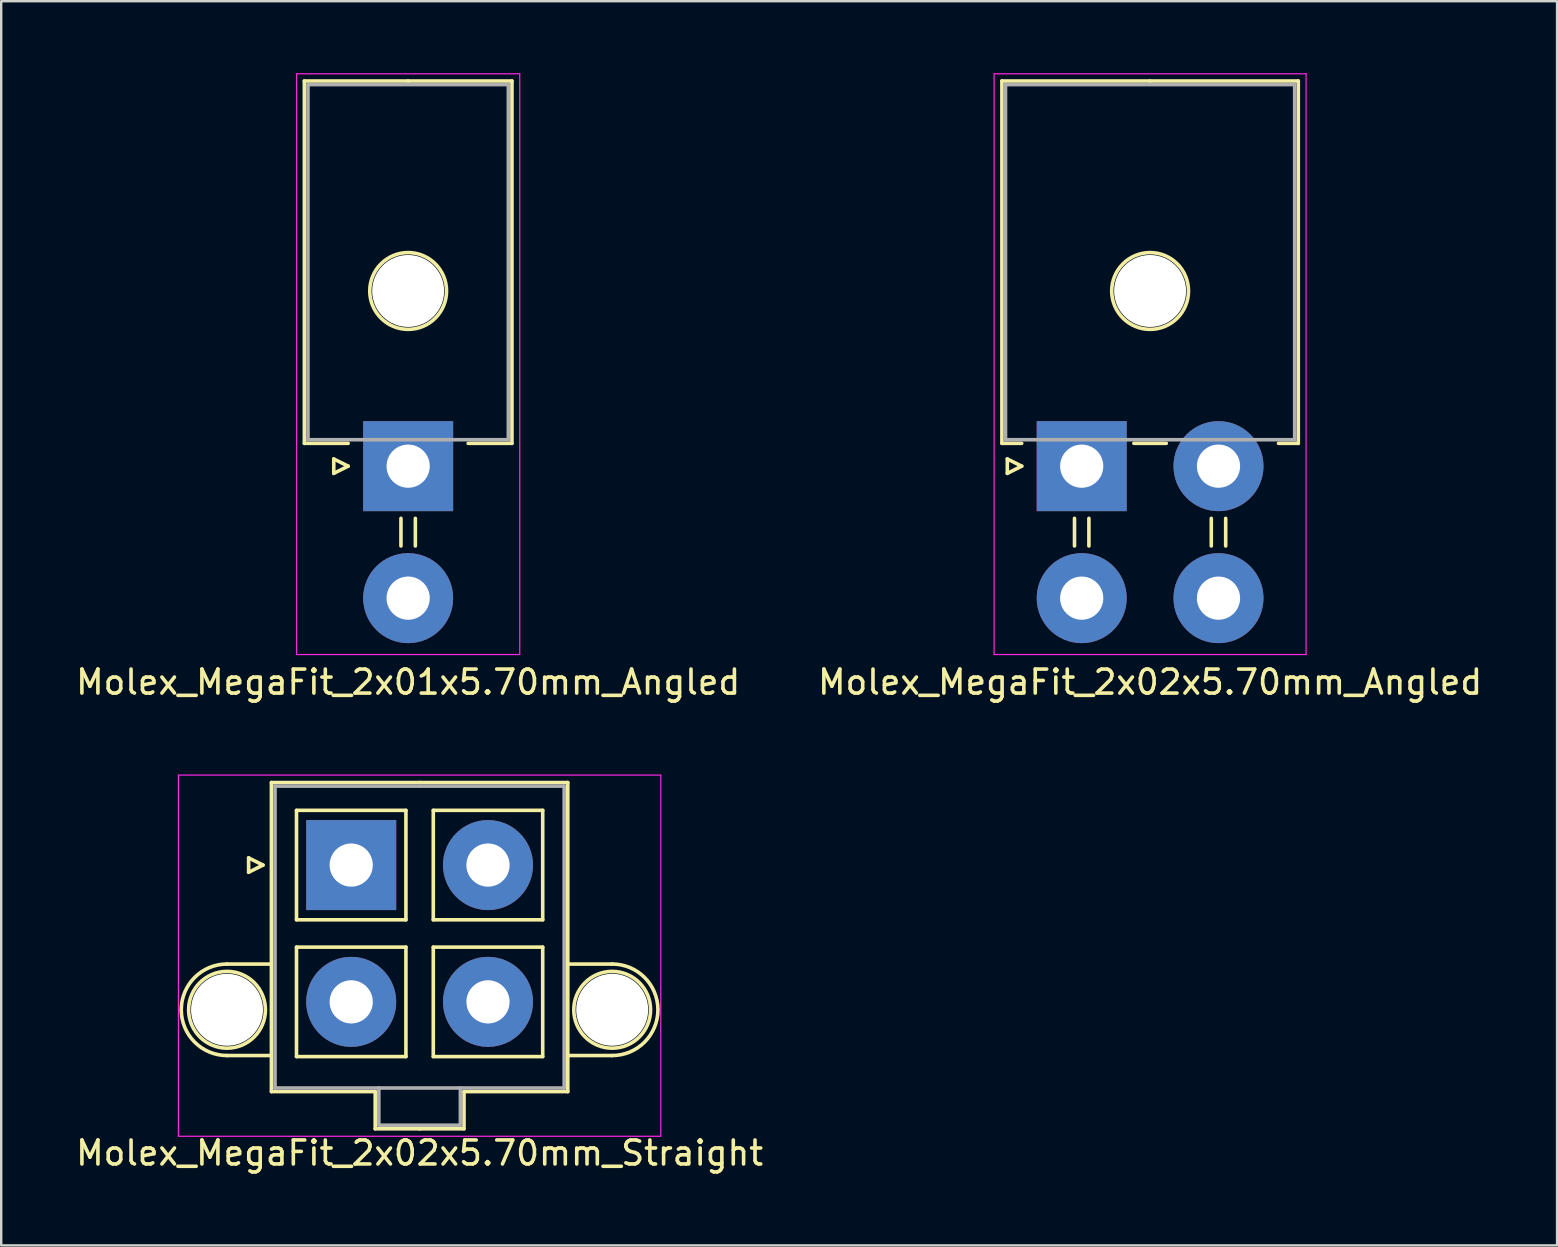
<source format=kicad_pcb>
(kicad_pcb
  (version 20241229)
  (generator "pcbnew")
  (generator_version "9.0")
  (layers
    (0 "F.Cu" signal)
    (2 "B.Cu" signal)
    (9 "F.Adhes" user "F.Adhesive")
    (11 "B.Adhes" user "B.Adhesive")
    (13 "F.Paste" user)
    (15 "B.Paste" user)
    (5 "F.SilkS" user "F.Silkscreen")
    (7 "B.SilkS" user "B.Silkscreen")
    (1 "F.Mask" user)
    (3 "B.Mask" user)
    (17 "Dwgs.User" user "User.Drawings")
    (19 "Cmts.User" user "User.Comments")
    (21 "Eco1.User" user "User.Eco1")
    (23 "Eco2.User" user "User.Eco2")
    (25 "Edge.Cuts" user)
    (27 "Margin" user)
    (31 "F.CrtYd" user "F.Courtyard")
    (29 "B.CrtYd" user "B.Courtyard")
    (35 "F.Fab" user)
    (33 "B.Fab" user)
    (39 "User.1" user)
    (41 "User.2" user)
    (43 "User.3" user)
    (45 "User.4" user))
  (footprint "Molex_MegaFit_2x01x5.70mm_Angled"
    (layer "F.Cu")
    (at 13.958 16.375)
    (property "Reference" "Molex_MegaFit_2x01x5.70mm_Angled" (at 0 9 0) (layer "F.SilkS") (effects (font (size 1 1) (thickness 0.15))))
    (attr through_hole)
    (fp_line (start -4.325 -16.05) (end -4.325 -0.95) (stroke (width 0.15) (type solid)) (layer "F.SilkS"))
    (fp_line (start -4.325 -0.95) (end -2.5 -0.95) (stroke (width 0.15) (type solid)) (layer "F.SilkS"))
    (fp_line (start -3.1 -0.3) (end -2.5 0) (stroke (width 0.15) (type solid)) (layer "F.SilkS"))
    (fp_line (start -3.1 0.3) (end -3.1 -0.3) (stroke (width 0.15) (type solid)) (layer "F.SilkS"))
    (fp_line (start -2.5 0) (end -3.1 0.3) (stroke (width 0.15) (type solid)) (layer "F.SilkS"))
    (fp_line (start -0.3 2.175) (end -0.3 3.325) (stroke (width 0.15) (type solid)) (layer "F.SilkS"))
    (fp_line (start 0 -16.05) (end -4.325 -16.05) (stroke (width 0.15) (type solid)) (layer "F.SilkS"))
    (fp_line (start 0 -16.05) (end 4.325 -16.05) (stroke (width 0.15) (type solid)) (layer "F.SilkS"))
    (fp_line (start 0.3 2.175) (end 0.3 3.325) (stroke (width 0.15) (type solid)) (layer "F.SilkS"))
    (fp_line (start 4.325 -16.05) (end 4.325 -0.95) (stroke (width 0.15) (type solid)) (layer "F.SilkS"))
    (fp_line (start 4.325 -0.95) (end 2.5 -0.95) (stroke (width 0.15) (type solid)) (layer "F.SilkS"))
    (fp_circle (center 0 -7.3) (end 1.6 -7.3) (stroke (width 0.15) (type solid)) (fill no) (layer "F.SilkS"))
    (fp_line (start -4.65 -16.35) (end -4.65 7.85) (stroke (width 0.05) (type solid)) (layer "F.CrtYd"))
    (fp_line (start -4.65 7.85) (end 4.65 7.85) (stroke (width 0.05) (type solid)) (layer "F.CrtYd"))
    (fp_line (start 4.65 -16.35) (end -4.65 -16.35) (stroke (width 0.05) (type solid)) (layer "F.CrtYd"))
    (fp_line (start 4.65 7.85) (end 4.65 -16.35) (stroke (width 0.05) (type solid)) (layer "F.CrtYd"))
    (fp_line (start -4.175 -15.9) (end -4.175 -1.1) (stroke (width 0.15) (type solid)) (layer "F.Fab"))
    (fp_line (start -4.175 -1.1) (end 4.175 -1.1) (stroke (width 0.15) (type solid)) (layer "F.Fab"))
    (fp_line (start 4.175 -15.9) (end -4.175 -15.9) (stroke (width 0.15) (type solid)) (layer "F.Fab"))
    (fp_line (start 4.175 -1.1) (end 4.175 -15.9) (stroke (width 0.15) (type solid)) (layer "F.Fab"))
    (pad "" np_thru_hole circle (at 0 -7.3) (size 3 3) (drill 3) (layers "*.Cu"))
    (pad "1" thru_hole rect (at 0 0) (size 3.75 3.75) (drill 1.8) (layers "*.Cu" "*.Mask"))
    (pad "2" thru_hole circle (at 0 5.5) (size 3.75 3.75) (drill 1.8) (layers "*.Cu" "*.Mask")))
  (footprint "Molex_MegaFit_2x02x5.70mm_Straight"
    (layer "F.Cu")
    (at 11.585 32.998)
    (property "Reference" "Molex_MegaFit_2x02x5.70mm_Straight" (at 2.85 12 0) (layer "F.SilkS") (effects (font (size 1 1) (thickness 0.15))))
    (attr through_hole)
    (fp_line (start -5.175 4.124) (end -3.325 4.124) (stroke (width 0.15) (type solid)) (layer "F.SilkS"))
    (fp_line (start -5.175 7.936) (end -3.325 7.936) (stroke (width 0.15) (type solid)) (layer "F.SilkS"))
    (fp_line (start -4.275 -0.3) (end -3.675 0) (stroke (width 0.15) (type solid)) (layer "F.SilkS"))
    (fp_line (start -4.275 0.3) (end -4.275 -0.3) (stroke (width 0.15) (type solid)) (layer "F.SilkS"))
    (fp_line (start -3.675 0) (end -4.275 0.3) (stroke (width 0.15) (type solid)) (layer "F.SilkS"))
    (fp_line (start -3.325 -3.44) (end -3.325 9.44) (stroke (width 0.15) (type solid)) (layer "F.SilkS"))
    (fp_line (start -3.325 9.44) (end 1 9.44) (stroke (width 0.15) (type solid)) (layer "F.SilkS"))
    (fp_line (start -2.28 -2.28) (end -2.28 2.28) (stroke (width 0.15) (type solid)) (layer "F.SilkS"))
    (fp_line (start -2.28 2.28) (end 2.28 2.28) (stroke (width 0.15) (type solid)) (layer "F.SilkS"))
    (fp_line (start -2.28 3.42) (end -2.28 7.98) (stroke (width 0.15) (type solid)) (layer "F.SilkS"))
    (fp_line (start -2.28 7.98) (end 2.28 7.98) (stroke (width 0.15) (type solid)) (layer "F.SilkS"))
    (fp_line (start 1 9.44) (end 1 10.99) (stroke (width 0.15) (type solid)) (layer "F.SilkS"))
    (fp_line (start 1 10.99) (end 2.85 10.99) (stroke (width 0.15) (type solid)) (layer "F.SilkS"))
    (fp_line (start 2.28 -2.28) (end -2.28 -2.28) (stroke (width 0.15) (type solid)) (layer "F.SilkS"))
    (fp_line (start 2.28 2.28) (end 2.28 -2.28) (stroke (width 0.15) (type solid)) (layer "F.SilkS"))
    (fp_line (start 2.28 3.42) (end -2.28 3.42) (stroke (width 0.15) (type solid)) (layer "F.SilkS"))
    (fp_line (start 2.28 7.98) (end 2.28 3.42) (stroke (width 0.15) (type solid)) (layer "F.SilkS"))
    (fp_line (start 2.85 -3.44) (end -3.325 -3.44) (stroke (width 0.15) (type solid)) (layer "F.SilkS"))
    (fp_line (start 2.85 -3.44) (end 9.025 -3.44) (stroke (width 0.15) (type solid)) (layer "F.SilkS"))
    (fp_line (start 3.42 -2.28) (end 3.42 2.28) (stroke (width 0.15) (type solid)) (layer "F.SilkS"))
    (fp_line (start 3.42 2.28) (end 7.98 2.28) (stroke (width 0.15) (type solid)) (layer "F.SilkS"))
    (fp_line (start 3.42 3.42) (end 3.42 7.98) (stroke (width 0.15) (type solid)) (layer "F.SilkS"))
    (fp_line (start 3.42 7.98) (end 7.98 7.98) (stroke (width 0.15) (type solid)) (layer "F.SilkS"))
    (fp_line (start 4.7 9.44) (end 4.7 10.99) (stroke (width 0.15) (type solid)) (layer "F.SilkS"))
    (fp_line (start 4.7 10.99) (end 2.85 10.99) (stroke (width 0.15) (type solid)) (layer "F.SilkS"))
    (fp_line (start 7.98 -2.28) (end 3.42 -2.28) (stroke (width 0.15) (type solid)) (layer "F.SilkS"))
    (fp_line (start 7.98 2.28) (end 7.98 -2.28) (stroke (width 0.15) (type solid)) (layer "F.SilkS"))
    (fp_line (start 7.98 3.42) (end 3.42 3.42) (stroke (width 0.15) (type solid)) (layer "F.SilkS"))
    (fp_line (start 7.98 7.98) (end 7.98 3.42) (stroke (width 0.15) (type solid)) (layer "F.SilkS"))
    (fp_line (start 9.025 -3.44) (end 9.025 9.44) (stroke (width 0.15) (type solid)) (layer "F.SilkS"))
    (fp_line (start 9.025 9.44) (end 4.7 9.44) (stroke (width 0.15) (type solid)) (layer "F.SilkS"))
    (fp_line (start 10.875 4.124) (end 9.025 4.124) (stroke (width 0.15) (type solid)) (layer "F.SilkS"))
    (fp_line (start 10.875 7.936) (end 9.025 7.936) (stroke (width 0.15) (type solid)) (layer "F.SilkS"))
    (fp_arc (start -5.175 7.93625) (mid -7.08125 6.03) (end -5.175 4.12375) (stroke (width 0.15) (type solid)) (layer "F.SilkS"))
    (fp_arc (start 10.875 4.12375) (mid 12.78125 6.03) (end 10.875 7.93625) (stroke (width 0.15) (type solid)) (layer "F.SilkS"))
    (fp_circle (center -5.175 6.03) (end -3.575 6.03) (stroke (width 0.15) (type solid)) (fill no) (layer "F.SilkS"))
    (fp_circle (center 10.875 6.03) (end 12.475 6.03) (stroke (width 0.15) (type solid)) (fill no) (layer "F.SilkS"))
    (fp_line (start -7.2 -3.75) (end -7.2 11.3) (stroke (width 0.05) (type solid)) (layer "F.CrtYd"))
    (fp_line (start -7.2 11.3) (end 12.9 11.3) (stroke (width 0.05) (type solid)) (layer "F.CrtYd"))
    (fp_line (start 12.9 -3.75) (end -7.2 -3.75) (stroke (width 0.05) (type solid)) (layer "F.CrtYd"))
    (fp_line (start 12.9 11.3) (end 12.9 -3.75) (stroke (width 0.05) (type solid)) (layer "F.CrtYd"))
    (fp_line (start -3.175 -3.29) (end -3.175 9.29) (stroke (width 0.15) (type solid)) (layer "F.Fab"))
    (fp_line (start -3.175 9.29) (end 8.875 9.29) (stroke (width 0.15) (type solid)) (layer "F.Fab"))
    (fp_line (start 1.15 9.29) (end 1.15 10.84) (stroke (width 0.15) (type solid)) (layer "F.Fab"))
    (fp_line (start 1.15 10.84) (end 4.55 10.84) (stroke (width 0.15) (type solid)) (layer "F.Fab"))
    (fp_line (start 4.55 10.84) (end 4.55 9.29) (stroke (width 0.15) (type solid)) (layer "F.Fab"))
    (fp_line (start 8.875 -3.29) (end -3.175 -3.29) (stroke (width 0.15) (type solid)) (layer "F.Fab"))
    (fp_line (start 8.875 9.29) (end 8.875 -3.29) (stroke (width 0.15) (type solid)) (layer "F.Fab"))
    (pad "" np_thru_hole circle (at -5.175 6.03) (size 3 3) (drill 3) (layers "*.Cu"))
    (pad "" np_thru_hole circle (at 10.875 6.03) (size 3 3) (drill 3) (layers "*.Cu"))
    (pad "1" thru_hole rect (at 0 0) (size 3.75 3.75) (drill 1.8) (layers "*.Cu" "*.Mask"))
    (pad "2" thru_hole circle (at 5.7 0) (size 3.75 3.75) (drill 1.8) (layers "*.Cu" "*.Mask"))
    (pad "3" thru_hole circle (at 0 5.7) (size 3.75 3.75) (drill 1.8) (layers "*.Cu" "*.Mask"))
    (pad "4" thru_hole circle (at 5.7 5.7) (size 3.75 3.75) (drill 1.8) (layers "*.Cu" "*.Mask")))
  (footprint "Molex_MegaFit_2x02x5.70mm_Angled"
    (layer "F.Cu")
    (at 42.025 16.375)
    (property "Reference" "Molex_MegaFit_2x02x5.70mm_Angled" (at 2.85 9 0) (layer "F.SilkS") (effects (font (size 1 1) (thickness 0.15))))
    (attr through_hole)
    (fp_line (start -3.325 -16.05) (end -3.325 -0.95) (stroke (width 0.15) (type solid)) (layer "F.SilkS"))
    (fp_line (start -3.325 -0.95) (end -2.5 -0.95) (stroke (width 0.15) (type solid)) (layer "F.SilkS"))
    (fp_line (start -3.1 -0.3) (end -2.5 0) (stroke (width 0.15) (type solid)) (layer "F.SilkS"))
    (fp_line (start -3.1 0.3) (end -3.1 -0.3) (stroke (width 0.15) (type solid)) (layer "F.SilkS"))
    (fp_line (start -2.5 0) (end -3.1 0.3) (stroke (width 0.15) (type solid)) (layer "F.SilkS"))
    (fp_line (start -0.3 2.175) (end -0.3 3.325) (stroke (width 0.15) (type solid)) (layer "F.SilkS"))
    (fp_line (start 0.3 2.175) (end 0.3 3.325) (stroke (width 0.15) (type solid)) (layer "F.SilkS"))
    (fp_line (start 2.175 -0.95) (end 3.525 -0.95) (stroke (width 0.15) (type solid)) (layer "F.SilkS"))
    (fp_line (start 2.85 -16.05) (end -3.325 -16.05) (stroke (width 0.15) (type solid)) (layer "F.SilkS"))
    (fp_line (start 2.85 -16.05) (end 9.025 -16.05) (stroke (width 0.15) (type solid)) (layer "F.SilkS"))
    (fp_line (start 5.4 2.175) (end 5.4 3.325) (stroke (width 0.15) (type solid)) (layer "F.SilkS"))
    (fp_line (start 6 2.175) (end 6 3.325) (stroke (width 0.15) (type solid)) (layer "F.SilkS"))
    (fp_line (start 9.025 -16.05) (end 9.025 -0.95) (stroke (width 0.15) (type solid)) (layer "F.SilkS"))
    (fp_line (start 9.025 -0.95) (end 8.2 -0.95) (stroke (width 0.15) (type solid)) (layer "F.SilkS"))
    (fp_circle (center 2.85 -7.3) (end 4.45 -7.3) (stroke (width 0.15) (type solid)) (fill no) (layer "F.SilkS"))
    (fp_line (start -3.65 -16.35) (end -3.65 7.85) (stroke (width 0.05) (type solid)) (layer "F.CrtYd"))
    (fp_line (start -3.65 7.85) (end 9.35 7.85) (stroke (width 0.05) (type solid)) (layer "F.CrtYd"))
    (fp_line (start 9.35 -16.35) (end -3.65 -16.35) (stroke (width 0.05) (type solid)) (layer "F.CrtYd"))
    (fp_line (start 9.35 7.85) (end 9.35 -16.35) (stroke (width 0.05) (type solid)) (layer "F.CrtYd"))
    (fp_line (start -3.175 -15.9) (end -3.175 -1.1) (stroke (width 0.15) (type solid)) (layer "F.Fab"))
    (fp_line (start -3.175 -1.1) (end 8.875 -1.1) (stroke (width 0.15) (type solid)) (layer "F.Fab"))
    (fp_line (start 8.875 -15.9) (end -3.175 -15.9) (stroke (width 0.15) (type solid)) (layer "F.Fab"))
    (fp_line (start 8.875 -1.1) (end 8.875 -15.9) (stroke (width 0.15) (type solid)) (layer "F.Fab"))
    (pad "" np_thru_hole circle (at 2.85 -7.3) (size 3 3) (drill 3) (layers "*.Cu"))
    (pad "1" thru_hole rect (at 0 0) (size 3.75 3.75) (drill 1.8) (layers "*.Cu" "*.Mask"))
    (pad "2" thru_hole circle (at 5.7 0) (size 3.75 3.75) (drill 1.8) (layers "*.Cu" "*.Mask"))
    (pad "3" thru_hole circle (at 0 5.5) (size 3.75 3.75) (drill 1.8) (layers "*.Cu" "*.Mask"))
    (pad "4" thru_hole circle (at 5.7 5.5) (size 3.75 3.75) (drill 1.8) (layers "*.Cu" "*.Mask")))
  (gr_rect
    (start -3 -3)
    (end 61.833 48.846)
    (stroke (width 0.1) (type default))
    (fill no)
    (layer "Edge.Cuts")))
</source>
